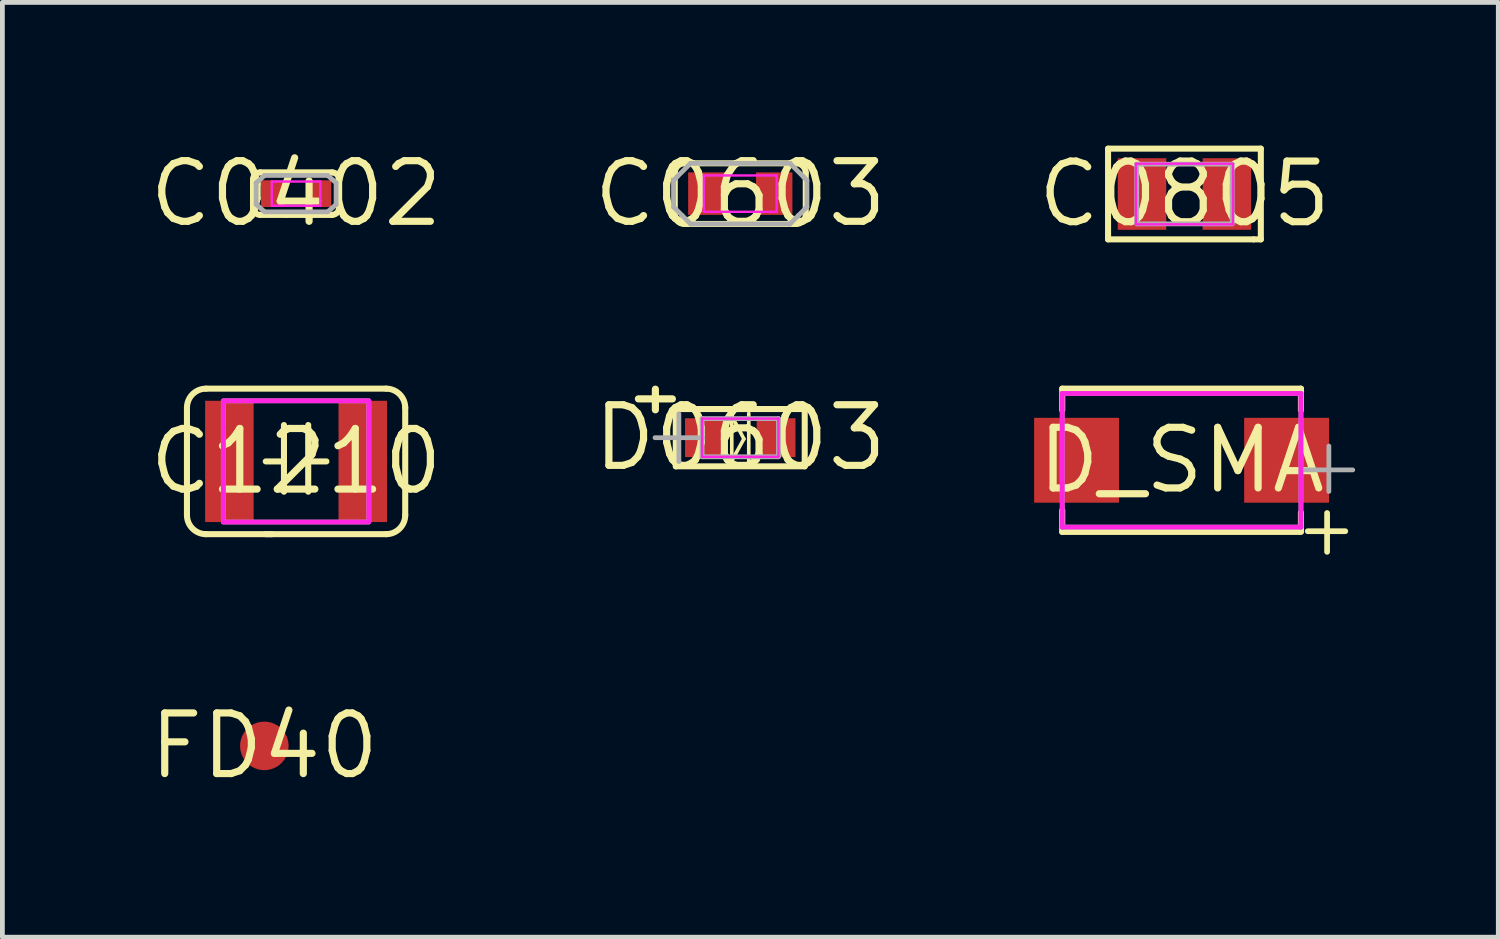
<source format=kicad_pcb>
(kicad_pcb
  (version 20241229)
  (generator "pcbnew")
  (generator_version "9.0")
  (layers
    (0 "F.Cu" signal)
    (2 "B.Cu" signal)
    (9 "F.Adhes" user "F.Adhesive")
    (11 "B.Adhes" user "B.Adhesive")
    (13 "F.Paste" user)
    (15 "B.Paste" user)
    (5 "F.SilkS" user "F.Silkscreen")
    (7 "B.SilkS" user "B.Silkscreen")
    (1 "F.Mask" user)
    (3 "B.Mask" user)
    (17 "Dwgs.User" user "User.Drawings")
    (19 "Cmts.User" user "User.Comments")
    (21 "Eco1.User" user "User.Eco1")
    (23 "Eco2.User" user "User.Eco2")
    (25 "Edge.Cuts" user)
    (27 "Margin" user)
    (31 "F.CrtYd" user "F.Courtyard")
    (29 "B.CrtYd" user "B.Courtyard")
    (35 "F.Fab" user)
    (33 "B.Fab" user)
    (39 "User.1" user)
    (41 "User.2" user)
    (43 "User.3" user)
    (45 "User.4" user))
  (footprint "C0603"
    (layer "F.Cu")
    (at 12.456 1.006)
    (property "Reference" "C0603" (at 0 0 180) (layer "F.SilkS") (effects (font (size 1.27 1.27) (thickness 0.15))))
    (fp_line (start -1.372 0.435) (end -1.372 -0.435) (stroke (width 0.127) (type solid)) (layer "F.SilkS"))
    (fp_line (start -1.172 -0.635) (end 1.172 -0.635) (stroke (width 0.127) (type solid)) (layer "F.SilkS"))
    (fp_line (start 1.172 0.635) (end -1.172 0.635) (stroke (width 0.127) (type solid)) (layer "F.SilkS"))
    (fp_line (start 1.372 -0.435) (end 1.372 0.435) (stroke (width 0.127) (type solid)) (layer "F.SilkS"))
    (fp_arc (start -1.3716 -0.435) (mid -1.313022 -0.576421) (end -1.171601 -0.635) (stroke (width 0.127) (type solid)) (layer "F.SilkS"))
    (fp_arc (start -1.171601 0.635) (mid -1.313022 0.576421) (end -1.3716 0.435) (stroke (width 0.127) (type solid)) (layer "F.SilkS"))
    (fp_arc (start 1.171602 -0.635) (mid 1.313022 -0.576421) (end 1.3716 -0.435) (stroke (width 0.127) (type solid)) (layer "F.SilkS"))
    (fp_arc (start 1.3716 0.435002) (mid 1.313021 0.576422) (end 1.1716 0.635) (stroke (width 0.127) (type solid)) (layer "F.SilkS"))
    (fp_line (start -0.762 -0.381) (end 0.762 -0.381) (stroke (width 0.05) (type solid)) (layer "F.CrtYd"))
    (fp_line (start -0.762 0.381) (end -0.762 -0.381) (stroke (width 0.05) (type solid)) (layer "F.CrtYd"))
    (fp_line (start 0.762 -0.381) (end 0.762 0.381) (stroke (width 0.05) (type solid)) (layer "F.CrtYd"))
    (fp_line (start 0.762 0.381) (end -0.762 0.381) (stroke (width 0.05) (type solid)) (layer "F.CrtYd"))
    (fp_line (start -1.397 -0.279) (end -1.397 0.279) (stroke (width 0.1) (type solid)) (layer "F.Fab"))
    (fp_line (start -1.397 0.279) (end -1.219 0.457) (stroke (width 0.1) (type solid)) (layer "F.Fab"))
    (fp_line (start -1.321 -0.356) (end -1.397 -0.279) (stroke (width 0.1) (type solid)) (layer "F.Fab"))
    (fp_line (start -1.219 0.457) (end -1.041 0.635) (stroke (width 0.1) (type solid)) (layer "F.Fab"))
    (fp_line (start -1.041 -0.635) (end -1.321 -0.356) (stroke (width 0.1) (type solid)) (layer "F.Fab"))
    (fp_line (start -1.041 0.635) (end 1.041 0.635) (stroke (width 0.1) (type solid)) (layer "F.Fab"))
    (fp_line (start 1.041 -0.635) (end -1.041 -0.635) (stroke (width 0.1) (type solid)) (layer "F.Fab"))
    (fp_line (start 1.041 0.635) (end 1.219 0.457) (stroke (width 0.1) (type solid)) (layer "F.Fab"))
    (fp_line (start 1.219 0.457) (end 1.397 0.279) (stroke (width 0.1) (type solid)) (layer "F.Fab"))
    (fp_line (start 1.321 -0.356) (end 1.041 -0.635) (stroke (width 0.1) (type solid)) (layer "F.Fab"))
    (fp_line (start 1.397 -0.279) (end 1.321 -0.356) (stroke (width 0.1) (type solid)) (layer "F.Fab"))
    (fp_line (start 1.397 0.279) (end 1.397 -0.279) (stroke (width 0.1) (type solid)) (layer "F.Fab"))
    (pad "1" smd rect (at 0.711 0) (size 0.762 0.889) (layers "F.Cu" "F.Mask" "F.Paste"))
    (pad "2" smd rect (at -0.711 0) (size 0.762 0.889) (layers "F.Cu" "F.Mask" "F.Paste")))
  (footprint "FD40"
    (layer "F.Cu")
    (at 2.487 12.574)
    (property "Reference" "FD40" (at 0 0 0) (layer "F.SilkS") (effects (font (size 1.27 1.27) (thickness 0.15))))
    (pad "1" smd circle (at 0 0) (size 1.016 1.016) (layers "F.Cu" "F.Mask" "F.Paste")))
  (footprint "C1210"
    (layer "F.Cu")
    (at 3.152 6.615)
    (property "Reference" "C1210" (at 0 0 180) (layer "F.SilkS") (effects (font (size 1.27 1.27) (thickness 0.15))))
    (fp_line (start -2.286 1.124) (end -2.286 -1.124) (stroke (width 0.127) (type solid)) (layer "F.SilkS"))
    (fp_line (start -1.886 -1.524) (end 1.886 -1.524) (stroke (width 0.127) (type solid)) (layer "F.SilkS"))
    (fp_line (start -0.508 1.524) (end -1.886 1.524) (stroke (width 0.127) (type solid)) (layer "F.SilkS"))
    (fp_line (start -0.254 0) (end -0.635 0) (stroke (width 0.127) (type solid)) (layer "F.SilkS"))
    (fp_line (start -0.254 0.635) (end -0.254 -0.762) (stroke (width 0.127) (type solid)) (layer "F.SilkS"))
    (fp_line (start 0.254 0) (end 0.635 0) (stroke (width 0.127) (type solid)) (layer "F.SilkS"))
    (fp_line (start 0.254 0.635) (end 0.254 -0.762) (stroke (width 0.127) (type solid)) (layer "F.SilkS"))
    (fp_line (start 1.886 1.524) (end -0.635 1.524) (stroke (width 0.127) (type solid)) (layer "F.SilkS"))
    (fp_line (start 2.286 -1.124) (end 2.286 1.124) (stroke (width 0.127) (type solid)) (layer "F.SilkS"))
    (fp_arc (start -2.286 -1.124001) (mid -2.168841 -1.406841) (end -1.886001 -1.524) (stroke (width 0.127) (type solid)) (layer "F.SilkS"))
    (fp_arc (start -1.885999 1.524) (mid -2.168843 1.406844) (end -2.286 1.124001) (stroke (width 0.127) (type solid)) (layer "F.SilkS"))
    (fp_arc (start 1.885999 -1.524) (mid 2.168841 -1.406843) (end 2.286 -1.124001) (stroke (width 0.127) (type solid)) (layer "F.SilkS"))
    (fp_arc (start 2.286 1.124005) (mid 2.168843 1.406846) (end 1.886001 1.524) (stroke (width 0.127) (type solid)) (layer "F.SilkS"))
    (fp_rect (start 1.524 -1.27) (end -1.524 1.27) (stroke (width 0.1) (type solid)) (fill no) (layer "F.CrtYd"))
    (fp_rect (start 1.524 -1.27) (end -1.524 1.27) (stroke (width 0.1) (type solid)) (fill no) (layer "F.Fab"))
    (pad "1" smd rect (at 1.397 0) (size 1.016 2.54) (layers "F.Cu" "F.Mask" "F.Paste"))
    (pad "2" smd rect (at -1.397 0) (size 1.016 2.54) (layers "F.Cu" "F.Mask" "F.Paste")))
  (footprint "D_SMA"
    (layer "F.Cu")
    (at 21.7 6.591)
    (property "Reference" "D_SMA" (at 0 0 180) (layer "F.SilkS") (effects (font (size 1.27 1.27) (thickness 0.15))))
    (fp_line (start -2.5 -1.5) (end -2.5 -1.05) (stroke (width 0.127) (type solid)) (layer "F.SilkS"))
    (fp_line (start -2.5 1.05) (end -2.5 1.5) (stroke (width 0.127) (type solid)) (layer "F.SilkS"))
    (fp_line (start -2.5 1.5) (end 2.5 1.5) (stroke (width 0.127) (type solid)) (layer "F.SilkS"))
    (fp_line (start 2.5 -1.5) (end -2.5 -1.5) (stroke (width 0.127) (type solid)) (layer "F.SilkS"))
    (fp_line (start 2.5 -1.05) (end 2.5 -1.5) (stroke (width 0.127) (type solid)) (layer "F.SilkS"))
    (fp_line (start 2.5 1.492) (end 2.5 1.1) (stroke (width 0.127) (type solid)) (layer "F.SilkS"))
    (fp_line (start 3.048 1.918) (end 3.048 1.105) (stroke (width 0.12) (type solid)) (layer "F.SilkS"))
    (fp_line (start 3.429 1.486) (end 2.642 1.486) (stroke (width 0.12) (type solid)) (layer "F.SilkS"))
    (fp_line (start -2.5 -1.4) (end 2.5 -1.4) (stroke (width 0.1) (type solid)) (layer "F.CrtYd"))
    (fp_line (start -2.5 1.4) (end -2.5 -1.4) (stroke (width 0.1) (type solid)) (layer "F.CrtYd"))
    (fp_line (start 2.5 -1.4) (end 2.5 1.4) (stroke (width 0.1) (type solid)) (layer "F.CrtYd"))
    (fp_line (start 2.5 1.4) (end -2.5 1.4) (stroke (width 0.1) (type solid)) (layer "F.CrtYd"))
    (fp_line (start -2.5 -1.4) (end 2.5 -1.4) (stroke (width 0.1) (type solid)) (layer "F.Fab"))
    (fp_line (start -2.5 1.4) (end -2.5 -1.4) (stroke (width 0.1) (type solid)) (layer "F.Fab"))
    (fp_line (start 2.5 -1.4) (end 2.5 1.4) (stroke (width 0.1) (type solid)) (layer "F.Fab"))
    (fp_line (start 2.5 1.4) (end -2.5 1.4) (stroke (width 0.1) (type solid)) (layer "F.Fab"))
    (fp_line (start 3.085 0.653) (end 3.085 -0.298) (stroke (width 0.1) (type solid)) (layer "F.Fab"))
    (fp_line (start 3.585 0.202) (end 2.535 0.202) (stroke (width 0.1) (type solid)) (layer "F.Fab"))
    (pad "1" smd rect (at 2.2 0 180) (size 1.778 1.778) (layers "F.Cu" "F.Mask" "F.Paste"))
    (pad "2" smd rect (at -2.2 0 180) (size 1.778 1.778) (layers "F.Cu" "F.Mask" "F.Paste")))
  (footprint "D0603"
    (layer "F.Cu")
    (at 12.456 6.118)
    (property "Reference" "D0603" (at 0 0 0) (layer "F.SilkS") (effects (font (size 1.27 1.27) (thickness 0.15))))
    (fp_line (start -2.134 -0.813) (end -1.422 -0.813) (stroke (width 0.15) (type solid)) (layer "F.SilkS"))
    (fp_line (start -1.778 -1.016) (end -1.778 -0.584) (stroke (width 0.15) (type solid)) (layer "F.SilkS"))
    (fp_line (start -1.35 -0.6) (end -1.35 0.6) (stroke (width 0.127) (type solid)) (layer "F.SilkS"))
    (fp_line (start -1.35 0.6) (end 1.35 0.6) (stroke (width 0.127) (type solid)) (layer "F.SilkS"))
    (fp_line (start -0.178 -0.457) (end 0.076 0.025) (stroke (width 0.076) (type solid)) (layer "F.SilkS"))
    (fp_line (start -0.178 0.483) (end -0.178 -0.457) (stroke (width 0.076) (type solid)) (layer "F.SilkS"))
    (fp_line (start 0.076 0.025) (end -0.178 0.483) (stroke (width 0.076) (type solid)) (layer "F.SilkS"))
    (fp_line (start 0.178 -0.508) (end 0.178 0.508) (stroke (width 0.076) (type solid)) (layer "F.SilkS"))
    (fp_line (start 1.35 -0.6) (end -1.35 -0.6) (stroke (width 0.127) (type solid)) (layer "F.SilkS"))
    (fp_line (start 1.35 0.6) (end 1.35 -0.6) (stroke (width 0.127) (type solid)) (layer "F.SilkS"))
    (fp_line (start -0.8 -0.4) (end -0.8 0.4) (stroke (width 0.05) (type solid)) (layer "F.CrtYd"))
    (fp_line (start -0.8 0.4) (end 0.8 0.4) (stroke (width 0.05) (type solid)) (layer "F.CrtYd"))
    (fp_line (start 0.8 -0.4) (end -0.8 -0.4) (stroke (width 0.05) (type solid)) (layer "F.CrtYd"))
    (fp_line (start 0.8 0.4) (end 0.8 -0.4) (stroke (width 0.05) (type solid)) (layer "F.CrtYd"))
    (fp_line (start -1.786 0) (end -0.786 0) (stroke (width 0.1) (type solid)) (layer "F.Fab"))
    (fp_line (start -1.286 0.5) (end -1.286 -0.5) (stroke (width 0.1) (type solid)) (layer "F.Fab"))
    (fp_line (start -0.8 -0.4) (end -0.8 0.4) (stroke (width 0.1) (type solid)) (layer "F.Fab"))
    (fp_line (start -0.8 0.4) (end 0.8 0.4) (stroke (width 0.1) (type solid)) (layer "F.Fab"))
    (fp_line (start 0.8 -0.4) (end -0.8 -0.4) (stroke (width 0.1) (type solid)) (layer "F.Fab"))
    (fp_line (start 0.8 0.4) (end 0.8 -0.4) (stroke (width 0.1) (type solid)) (layer "F.Fab"))
    (pad "1" smd rect (at -0.75 0) (size 0.813 0.813) (layers "F.Cu" "F.Mask" "F.Paste"))
    (pad "2" smd rect (at 0.75 0) (size 0.813 0.813) (layers "F.Cu" "F.Mask" "F.Paste")))
  (footprint "C0805"
    (layer "F.Cu")
    (at 21.76 1.014)
    (property "Reference" "C0805" (at 0 0 180) (layer "F.SilkS") (effects (font (size 1.27 1.27) (thickness 0.15))))
    (fp_line (start -1.6 -0.95) (end 1.6 -0.95) (stroke (width 0.127) (type solid)) (layer "F.SilkS"))
    (fp_line (start -1.6 0.95) (end -1.6 -0.95) (stroke (width 0.127) (type solid)) (layer "F.SilkS"))
    (fp_line (start 1.45 0.95) (end -1.6 0.95) (stroke (width 0.127) (type solid)) (layer "F.SilkS"))
    (fp_line (start 1.6 -0.95) (end 1.6 0.95) (stroke (width 0.127) (type solid)) (layer "F.SilkS"))
    (fp_line (start 1.6 0.95) (end 1.45 0.95) (stroke (width 0.127) (type solid)) (layer "F.SilkS"))
    (fp_line (start -1.016 -0.635) (end 1.016 -0.635) (stroke (width 0.05) (type solid)) (layer "F.CrtYd"))
    (fp_line (start -1.016 0.635) (end -1.016 -0.635) (stroke (width 0.05) (type solid)) (layer "F.CrtYd"))
    (fp_line (start 1.016 -0.635) (end 1.016 0.635) (stroke (width 0.05) (type solid)) (layer "F.CrtYd"))
    (fp_line (start 1.016 0.635) (end -1.016 0.635) (stroke (width 0.05) (type solid)) (layer "F.CrtYd"))
    (fp_line (start -1 -0.625) (end -1 0.625) (stroke (width 0.1) (type solid)) (layer "F.Fab"))
    (fp_line (start -1 0.625) (end 1 0.625) (stroke (width 0.1) (type solid)) (layer "F.Fab"))
    (fp_line (start 1 -0.625) (end -1 -0.625) (stroke (width 0.1) (type solid)) (layer "F.Fab"))
    (fp_line (start 1 0.625) (end 1 -0.625) (stroke (width 0.1) (type solid)) (layer "F.Fab"))
    (pad "1" smd rect (at 0.889 0) (size 1.016 1.499) (layers "F.Cu" "F.Mask" "F.Paste"))
    (pad "2" smd rect (at -0.889 0) (size 1.016 1.499) (layers "F.Cu" "F.Mask" "F.Paste")))
  (footprint "C0402"
    (layer "F.Cu")
    (at 3.152 1.006)
    (property "Reference" "C0402" (at 0 0 180) (layer "F.SilkS") (effects (font (size 1.27 1.27) (thickness 0.15))))
    (fp_line (start -0.902 0.295) (end -0.902 -0.294) (stroke (width 0.127) (type solid)) (layer "F.SilkS"))
    (fp_line (start -0.752 -0.445) (end 0.752 -0.445) (stroke (width 0.127) (type solid)) (layer "F.SilkS"))
    (fp_line (start -0.203 0.445) (end -0.752 0.445) (stroke (width 0.127) (type solid)) (layer "F.SilkS"))
    (fp_line (start 0.203 0.445) (end -0.203 0.445) (stroke (width 0.127) (type solid)) (layer "F.SilkS"))
    (fp_line (start 0.752 0.445) (end 0.203 0.445) (stroke (width 0.127) (type solid)) (layer "F.SilkS"))
    (fp_line (start 0.902 -0.294) (end 0.902 0.295) (stroke (width 0.127) (type solid)) (layer "F.SilkS"))
    (fp_arc (start -0.9017 -0.294486) (mid -0.85778 -0.400561) (end -0.751713 -0.4445) (stroke (width 0.127) (type solid)) (layer "F.SilkS"))
    (fp_arc (start -0.75171 0.444499) (mid -0.857763 0.400565) (end -0.9017 0.294513) (stroke (width 0.127) (type solid)) (layer "F.SilkS"))
    (fp_arc (start 0.751691 -0.444501) (mid 0.857769 -0.400567) (end 0.9017 -0.294488) (stroke (width 0.127) (type solid)) (layer "F.SilkS"))
    (fp_arc (start 0.9017 0.294515) (mid 0.857752 0.400571) (end 0.751688 0.4445) (stroke (width 0.127) (type solid)) (layer "F.SilkS"))
    (fp_line (start -0.508 -0.254) (end 0.508 -0.254) (stroke (width 0.05) (type solid)) (layer "F.CrtYd"))
    (fp_line (start -0.508 0.254) (end -0.508 -0.254) (stroke (width 0.05) (type solid)) (layer "F.CrtYd"))
    (fp_line (start 0.508 -0.254) (end 0.508 0.254) (stroke (width 0.05) (type solid)) (layer "F.CrtYd"))
    (fp_line (start 0.508 0.254) (end -0.508 0.254) (stroke (width 0.05) (type solid)) (layer "F.CrtYd"))
    (fp_line (start -0.838 -0.225) (end -0.838 0.223) (stroke (width 0.1) (type solid)) (layer "F.Fab"))
    (fp_line (start -0.838 0.223) (end -0.66 0.381) (stroke (width 0.1) (type solid)) (layer "F.Fab"))
    (fp_line (start -0.66 -0.381) (end -0.838 -0.225) (stroke (width 0.1) (type solid)) (layer "F.Fab"))
    (fp_line (start -0.66 0.381) (end 0.66 0.381) (stroke (width 0.1) (type solid)) (layer "F.Fab"))
    (fp_line (start 0.66 -0.381) (end -0.66 -0.381) (stroke (width 0.1) (type solid)) (layer "F.Fab"))
    (fp_line (start 0.66 0.381) (end 0.838 0.229) (stroke (width 0.1) (type solid)) (layer "F.Fab"))
    (fp_line (start 0.838 -0.229) (end 0.66 -0.381) (stroke (width 0.1) (type solid)) (layer "F.Fab"))
    (fp_line (start 0.838 0.229) (end 0.838 -0.229) (stroke (width 0.1) (type solid)) (layer "F.Fab"))
    (pad "1" smd rect (at 0.483 0) (size 0.508 0.559) (layers "F.Cu" "F.Mask" "F.Paste"))
    (pad "2" smd rect (at -0.483 0) (size 0.508 0.559) (layers "F.Cu" "F.Mask" "F.Paste")))
  (gr_rect
    (start -3 -3)
    (end 28.334 16.581)
    (stroke (width 0.1) (type default))
    (fill no)
    (layer "Edge.Cuts")))
</source>
